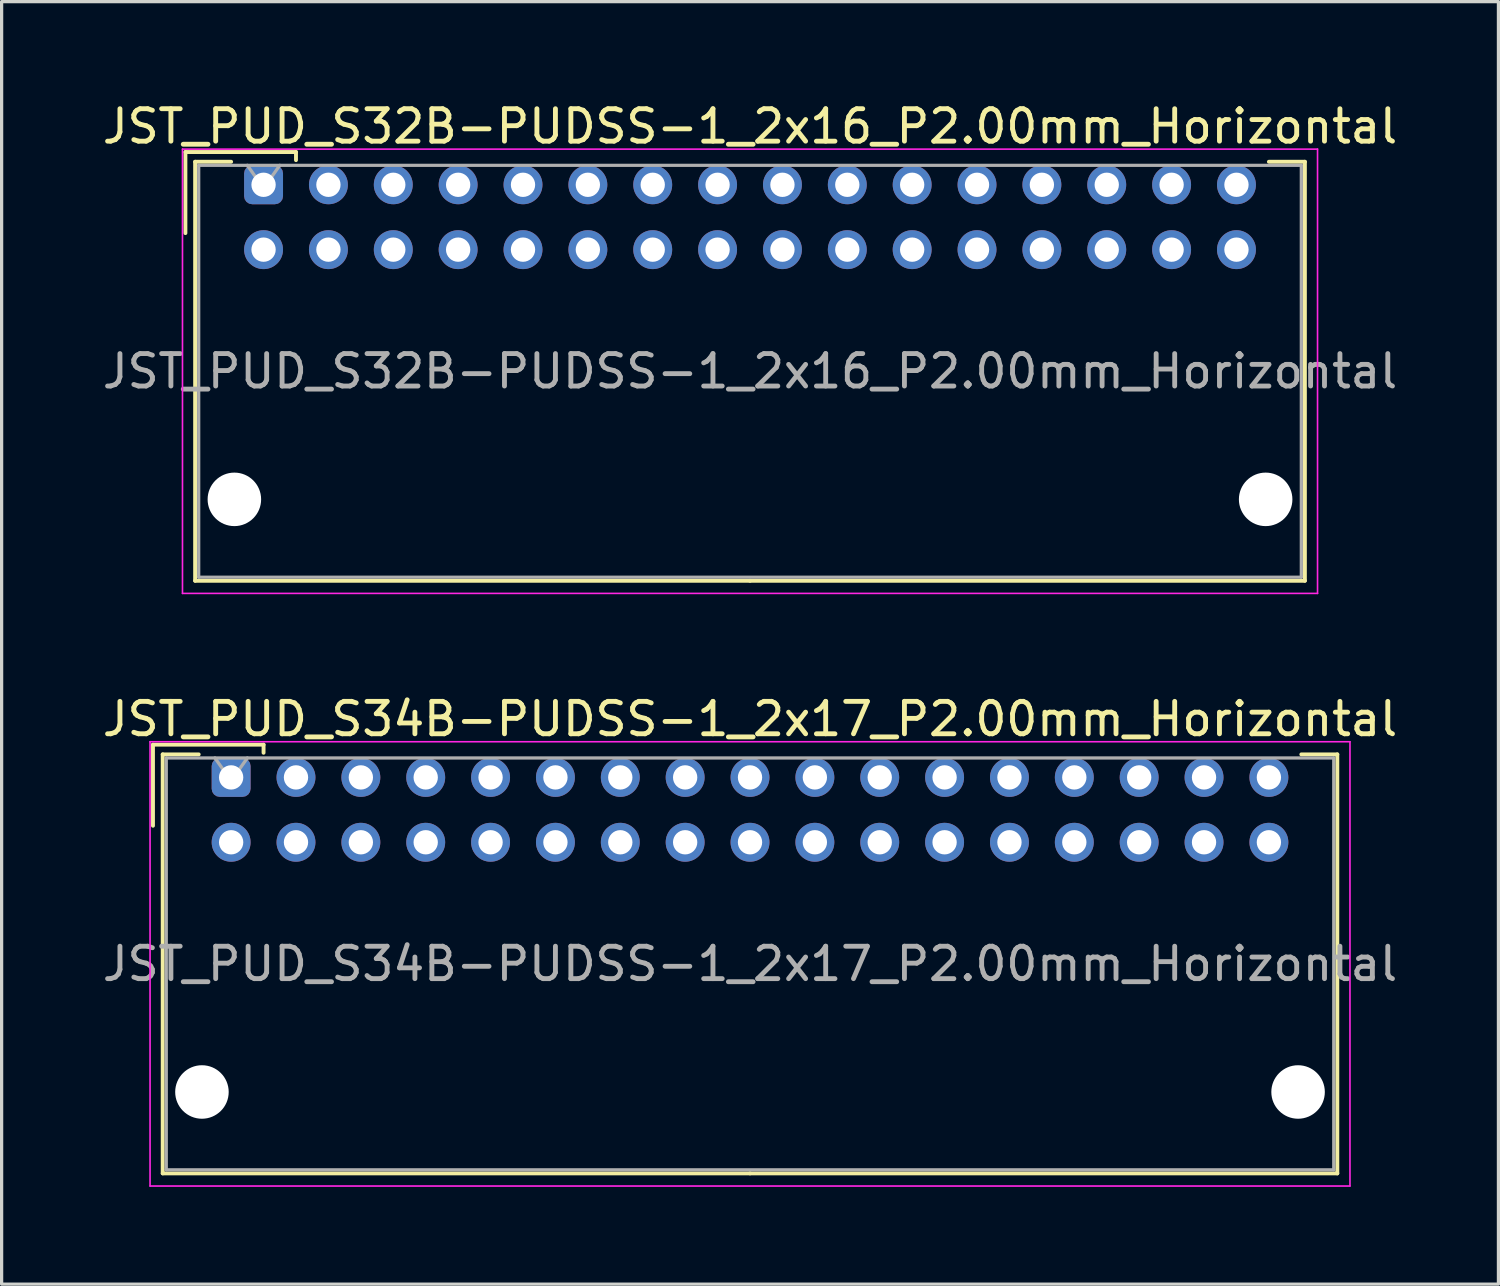
<source format=kicad_pcb>
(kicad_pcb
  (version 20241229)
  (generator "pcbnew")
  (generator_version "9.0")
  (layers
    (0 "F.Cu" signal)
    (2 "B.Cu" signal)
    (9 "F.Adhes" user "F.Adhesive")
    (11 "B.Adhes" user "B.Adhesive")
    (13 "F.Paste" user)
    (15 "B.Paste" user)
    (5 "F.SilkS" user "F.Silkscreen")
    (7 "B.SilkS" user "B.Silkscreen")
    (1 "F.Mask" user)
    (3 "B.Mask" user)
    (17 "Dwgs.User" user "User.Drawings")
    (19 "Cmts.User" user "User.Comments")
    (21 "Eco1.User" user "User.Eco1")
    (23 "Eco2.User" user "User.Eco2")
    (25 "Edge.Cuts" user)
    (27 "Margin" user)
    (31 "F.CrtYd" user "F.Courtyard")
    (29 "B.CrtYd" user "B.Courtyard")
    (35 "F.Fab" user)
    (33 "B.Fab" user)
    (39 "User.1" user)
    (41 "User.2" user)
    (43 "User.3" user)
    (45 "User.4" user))
  (footprint "JST_PUD_S34B-PUDSS-1_2x17_P2.00mm_Horizontal"
    (layer "F.Cu")
    (at 4.077 20.922)
    (property "Reference" "JST_PUD_S34B-PUDSS-1_2x17_P2.00mm_Horizontal" (at 16 -1.8 0) (layer "F.SilkS") (effects (font (size 1 1) (thickness 0.15))))
    (attr through_hole)
    (fp_line (start -2.41 -1.01) (end -2.41 1.49) (stroke (width 0.12) (type solid)) (layer "F.SilkS"))
    (fp_line (start -2.11 -0.71) (end -2.11 12.21) (stroke (width 0.12) (type solid)) (layer "F.SilkS"))
    (fp_line (start -2.11 12.21) (end 16 12.21) (stroke (width 0.12) (type solid)) (layer "F.SilkS"))
    (fp_line (start -1 -0.71) (end -2.11 -0.71) (stroke (width 0.12) (type solid)) (layer "F.SilkS"))
    (fp_line (start 1 -1.01) (end -2.41 -1.01) (stroke (width 0.12) (type solid)) (layer "F.SilkS"))
    (fp_line (start 1 -0.76) (end 1 -1.01) (stroke (width 0.12) (type solid)) (layer "F.SilkS"))
    (fp_line (start 33 -0.71) (end 34.11 -0.71) (stroke (width 0.12) (type solid)) (layer "F.SilkS"))
    (fp_line (start 34.11 -0.71) (end 34.11 12.21) (stroke (width 0.12) (type solid)) (layer "F.SilkS"))
    (fp_line (start 34.11 12.21) (end 16 12.21) (stroke (width 0.12) (type solid)) (layer "F.SilkS"))
    (fp_line (start -2.5 -1.1) (end -2.5 12.6) (stroke (width 0.05) (type solid)) (layer "F.CrtYd"))
    (fp_line (start -2.5 12.6) (end 34.5 12.6) (stroke (width 0.05) (type solid)) (layer "F.CrtYd"))
    (fp_line (start 34.5 -1.1) (end -2.5 -1.1) (stroke (width 0.05) (type solid)) (layer "F.CrtYd"))
    (fp_line (start 34.5 12.6) (end 34.5 -1.1) (stroke (width 0.05) (type solid)) (layer "F.CrtYd"))
    (fp_line (start -2 -0.6) (end -2 12.1) (stroke (width 0.1) (type solid)) (layer "F.Fab"))
    (fp_line (start -2 12.1) (end 34 12.1) (stroke (width 0.1) (type solid)) (layer "F.Fab"))
    (fp_line (start 0 0.107) (end -0.5 -0.6) (stroke (width 0.1) (type solid)) (layer "F.Fab"))
    (fp_line (start 0.5 -0.6) (end 0 0.107) (stroke (width 0.1) (type solid)) (layer "F.Fab"))
    (fp_line (start 34 -0.6) (end -2 -0.6) (stroke (width 0.1) (type solid)) (layer "F.Fab"))
    (fp_line (start 34 12.1) (end 34 -0.6) (stroke (width 0.1) (type solid)) (layer "F.Fab"))
    (fp_text user "${REFERENCE}" (at 16 5.75 0) (layer "F.Fab") (effects (font (size 1 1) (thickness 0.15))))
    (pad "" np_thru_hole circle (at -0.9 9.7) (size 1.65 1.65) (drill 1.65) (layers "*.Cu" "*.Mask"))
    (pad "" np_thru_hole circle (at 32.9 9.7) (size 1.65 1.65) (drill 1.65) (layers "*.Cu" "*.Mask"))
    (pad "1" thru_hole roundrect (at 0 0) (size 1.2 1.2) (drill 0.75) (layers "*.Cu" "*.Mask") (roundrect_rratio 0.208))
    (pad "2" thru_hole circle (at 0 2) (size 1.2 1.2) (drill 0.75) (layers "*.Cu" "*.Mask"))
    (pad "3" thru_hole circle (at 2 0) (size 1.2 1.2) (drill 0.75) (layers "*.Cu" "*.Mask"))
    (pad "4" thru_hole circle (at 2 2) (size 1.2 1.2) (drill 0.75) (layers "*.Cu" "*.Mask"))
    (pad "5" thru_hole circle (at 4 0) (size 1.2 1.2) (drill 0.75) (layers "*.Cu" "*.Mask"))
    (pad "6" thru_hole circle (at 4 2) (size 1.2 1.2) (drill 0.75) (layers "*.Cu" "*.Mask"))
    (pad "7" thru_hole circle (at 6 0) (size 1.2 1.2) (drill 0.75) (layers "*.Cu" "*.Mask"))
    (pad "8" thru_hole circle (at 6 2) (size 1.2 1.2) (drill 0.75) (layers "*.Cu" "*.Mask"))
    (pad "9" thru_hole circle (at 8 0) (size 1.2 1.2) (drill 0.75) (layers "*.Cu" "*.Mask"))
    (pad "10" thru_hole circle (at 8 2) (size 1.2 1.2) (drill 0.75) (layers "*.Cu" "*.Mask"))
    (pad "11" thru_hole circle (at 10 0) (size 1.2 1.2) (drill 0.75) (layers "*.Cu" "*.Mask"))
    (pad "12" thru_hole circle (at 10 2) (size 1.2 1.2) (drill 0.75) (layers "*.Cu" "*.Mask"))
    (pad "13" thru_hole circle (at 12 0) (size 1.2 1.2) (drill 0.75) (layers "*.Cu" "*.Mask"))
    (pad "14" thru_hole circle (at 12 2) (size 1.2 1.2) (drill 0.75) (layers "*.Cu" "*.Mask"))
    (pad "15" thru_hole circle (at 14 0) (size 1.2 1.2) (drill 0.75) (layers "*.Cu" "*.Mask"))
    (pad "16" thru_hole circle (at 14 2) (size 1.2 1.2) (drill 0.75) (layers "*.Cu" "*.Mask"))
    (pad "17" thru_hole circle (at 16 0) (size 1.2 1.2) (drill 0.75) (layers "*.Cu" "*.Mask"))
    (pad "18" thru_hole circle (at 16 2) (size 1.2 1.2) (drill 0.75) (layers "*.Cu" "*.Mask"))
    (pad "19" thru_hole circle (at 18 0) (size 1.2 1.2) (drill 0.75) (layers "*.Cu" "*.Mask"))
    (pad "20" thru_hole circle (at 18 2) (size 1.2 1.2) (drill 0.75) (layers "*.Cu" "*.Mask"))
    (pad "21" thru_hole circle (at 20 0) (size 1.2 1.2) (drill 0.75) (layers "*.Cu" "*.Mask"))
    (pad "22" thru_hole circle (at 20 2) (size 1.2 1.2) (drill 0.75) (layers "*.Cu" "*.Mask"))
    (pad "23" thru_hole circle (at 22 0) (size 1.2 1.2) (drill 0.75) (layers "*.Cu" "*.Mask"))
    (pad "24" thru_hole circle (at 22 2) (size 1.2 1.2) (drill 0.75) (layers "*.Cu" "*.Mask"))
    (pad "25" thru_hole circle (at 24 0) (size 1.2 1.2) (drill 0.75) (layers "*.Cu" "*.Mask"))
    (pad "26" thru_hole circle (at 24 2) (size 1.2 1.2) (drill 0.75) (layers "*.Cu" "*.Mask"))
    (pad "27" thru_hole circle (at 26 0) (size 1.2 1.2) (drill 0.75) (layers "*.Cu" "*.Mask"))
    (pad "28" thru_hole circle (at 26 2) (size 1.2 1.2) (drill 0.75) (layers "*.Cu" "*.Mask"))
    (pad "29" thru_hole circle (at 28 0) (size 1.2 1.2) (drill 0.75) (layers "*.Cu" "*.Mask"))
    (pad "30" thru_hole circle (at 28 2) (size 1.2 1.2) (drill 0.75) (layers "*.Cu" "*.Mask"))
    (pad "31" thru_hole circle (at 30 0) (size 1.2 1.2) (drill 0.75) (layers "*.Cu" "*.Mask"))
    (pad "32" thru_hole circle (at 30 2) (size 1.2 1.2) (drill 0.75) (layers "*.Cu" "*.Mask"))
    (pad "33" thru_hole circle (at 32 0) (size 1.2 1.2) (drill 0.75) (layers "*.Cu" "*.Mask"))
    (pad "34" thru_hole circle (at 32 2) (size 1.2 1.2) (drill 0.75) (layers "*.Cu" "*.Mask")))
  (footprint "JST_PUD_S32B-PUDSS-1_2x16_P2.00mm_Horizontal"
    (layer "F.Cu")
    (at 5.077 2.648)
    (property "Reference" "JST_PUD_S32B-PUDSS-1_2x16_P2.00mm_Horizontal" (at 15 -1.8 0) (layer "F.SilkS") (effects (font (size 1 1) (thickness 0.15))))
    (attr through_hole)
    (fp_line (start -2.41 -1.01) (end -2.41 1.49) (stroke (width 0.12) (type solid)) (layer "F.SilkS"))
    (fp_line (start -2.11 -0.71) (end -2.11 12.21) (stroke (width 0.12) (type solid)) (layer "F.SilkS"))
    (fp_line (start -2.11 12.21) (end 15 12.21) (stroke (width 0.12) (type solid)) (layer "F.SilkS"))
    (fp_line (start -1 -0.71) (end -2.11 -0.71) (stroke (width 0.12) (type solid)) (layer "F.SilkS"))
    (fp_line (start 1 -1.01) (end -2.41 -1.01) (stroke (width 0.12) (type solid)) (layer "F.SilkS"))
    (fp_line (start 1 -0.76) (end 1 -1.01) (stroke (width 0.12) (type solid)) (layer "F.SilkS"))
    (fp_line (start 31 -0.71) (end 32.11 -0.71) (stroke (width 0.12) (type solid)) (layer "F.SilkS"))
    (fp_line (start 32.11 -0.71) (end 32.11 12.21) (stroke (width 0.12) (type solid)) (layer "F.SilkS"))
    (fp_line (start 32.11 12.21) (end 15 12.21) (stroke (width 0.12) (type solid)) (layer "F.SilkS"))
    (fp_line (start -2.5 -1.1) (end -2.5 12.6) (stroke (width 0.05) (type solid)) (layer "F.CrtYd"))
    (fp_line (start -2.5 12.6) (end 32.5 12.6) (stroke (width 0.05) (type solid)) (layer "F.CrtYd"))
    (fp_line (start 32.5 -1.1) (end -2.5 -1.1) (stroke (width 0.05) (type solid)) (layer "F.CrtYd"))
    (fp_line (start 32.5 12.6) (end 32.5 -1.1) (stroke (width 0.05) (type solid)) (layer "F.CrtYd"))
    (fp_line (start -2 -0.6) (end -2 12.1) (stroke (width 0.1) (type solid)) (layer "F.Fab"))
    (fp_line (start -2 12.1) (end 32 12.1) (stroke (width 0.1) (type solid)) (layer "F.Fab"))
    (fp_line (start 0 0.107) (end -0.5 -0.6) (stroke (width 0.1) (type solid)) (layer "F.Fab"))
    (fp_line (start 0.5 -0.6) (end 0 0.107) (stroke (width 0.1) (type solid)) (layer "F.Fab"))
    (fp_line (start 32 -0.6) (end -2 -0.6) (stroke (width 0.1) (type solid)) (layer "F.Fab"))
    (fp_line (start 32 12.1) (end 32 -0.6) (stroke (width 0.1) (type solid)) (layer "F.Fab"))
    (fp_text user "${REFERENCE}" (at 15 5.75 0) (layer "F.Fab") (effects (font (size 1 1) (thickness 0.15))))
    (pad "" np_thru_hole circle (at -0.9 9.7) (size 1.65 1.65) (drill 1.65) (layers "*.Cu" "*.Mask"))
    (pad "" np_thru_hole circle (at 30.9 9.7) (size 1.65 1.65) (drill 1.65) (layers "*.Cu" "*.Mask"))
    (pad "1" thru_hole roundrect (at 0 0) (size 1.2 1.2) (drill 0.75) (layers "*.Cu" "*.Mask") (roundrect_rratio 0.208))
    (pad "2" thru_hole circle (at 0 2) (size 1.2 1.2) (drill 0.75) (layers "*.Cu" "*.Mask"))
    (pad "3" thru_hole circle (at 2 0) (size 1.2 1.2) (drill 0.75) (layers "*.Cu" "*.Mask"))
    (pad "4" thru_hole circle (at 2 2) (size 1.2 1.2) (drill 0.75) (layers "*.Cu" "*.Mask"))
    (pad "5" thru_hole circle (at 4 0) (size 1.2 1.2) (drill 0.75) (layers "*.Cu" "*.Mask"))
    (pad "6" thru_hole circle (at 4 2) (size 1.2 1.2) (drill 0.75) (layers "*.Cu" "*.Mask"))
    (pad "7" thru_hole circle (at 6 0) (size 1.2 1.2) (drill 0.75) (layers "*.Cu" "*.Mask"))
    (pad "8" thru_hole circle (at 6 2) (size 1.2 1.2) (drill 0.75) (layers "*.Cu" "*.Mask"))
    (pad "9" thru_hole circle (at 8 0) (size 1.2 1.2) (drill 0.75) (layers "*.Cu" "*.Mask"))
    (pad "10" thru_hole circle (at 8 2) (size 1.2 1.2) (drill 0.75) (layers "*.Cu" "*.Mask"))
    (pad "11" thru_hole circle (at 10 0) (size 1.2 1.2) (drill 0.75) (layers "*.Cu" "*.Mask"))
    (pad "12" thru_hole circle (at 10 2) (size 1.2 1.2) (drill 0.75) (layers "*.Cu" "*.Mask"))
    (pad "13" thru_hole circle (at 12 0) (size 1.2 1.2) (drill 0.75) (layers "*.Cu" "*.Mask"))
    (pad "14" thru_hole circle (at 12 2) (size 1.2 1.2) (drill 0.75) (layers "*.Cu" "*.Mask"))
    (pad "15" thru_hole circle (at 14 0) (size 1.2 1.2) (drill 0.75) (layers "*.Cu" "*.Mask"))
    (pad "16" thru_hole circle (at 14 2) (size 1.2 1.2) (drill 0.75) (layers "*.Cu" "*.Mask"))
    (pad "17" thru_hole circle (at 16 0) (size 1.2 1.2) (drill 0.75) (layers "*.Cu" "*.Mask"))
    (pad "18" thru_hole circle (at 16 2) (size 1.2 1.2) (drill 0.75) (layers "*.Cu" "*.Mask"))
    (pad "19" thru_hole circle (at 18 0) (size 1.2 1.2) (drill 0.75) (layers "*.Cu" "*.Mask"))
    (pad "20" thru_hole circle (at 18 2) (size 1.2 1.2) (drill 0.75) (layers "*.Cu" "*.Mask"))
    (pad "21" thru_hole circle (at 20 0) (size 1.2 1.2) (drill 0.75) (layers "*.Cu" "*.Mask"))
    (pad "22" thru_hole circle (at 20 2) (size 1.2 1.2) (drill 0.75) (layers "*.Cu" "*.Mask"))
    (pad "23" thru_hole circle (at 22 0) (size 1.2 1.2) (drill 0.75) (layers "*.Cu" "*.Mask"))
    (pad "24" thru_hole circle (at 22 2) (size 1.2 1.2) (drill 0.75) (layers "*.Cu" "*.Mask"))
    (pad "25" thru_hole circle (at 24 0) (size 1.2 1.2) (drill 0.75) (layers "*.Cu" "*.Mask"))
    (pad "26" thru_hole circle (at 24 2) (size 1.2 1.2) (drill 0.75) (layers "*.Cu" "*.Mask"))
    (pad "27" thru_hole circle (at 26 0) (size 1.2 1.2) (drill 0.75) (layers "*.Cu" "*.Mask"))
    (pad "28" thru_hole circle (at 26 2) (size 1.2 1.2) (drill 0.75) (layers "*.Cu" "*.Mask"))
    (pad "29" thru_hole circle (at 28 0) (size 1.2 1.2) (drill 0.75) (layers "*.Cu" "*.Mask"))
    (pad "30" thru_hole circle (at 28 2) (size 1.2 1.2) (drill 0.75) (layers "*.Cu" "*.Mask"))
    (pad "31" thru_hole circle (at 30 0) (size 1.2 1.2) (drill 0.75) (layers "*.Cu" "*.Mask"))
    (pad "32" thru_hole circle (at 30 2) (size 1.2 1.2) (drill 0.75) (layers "*.Cu" "*.Mask")))
  (gr_rect
    (start -3 -3)
    (end 43.155 36.547)
    (stroke (width 0.1) (type default))
    (fill no)
    (layer "Edge.Cuts")))
</source>
